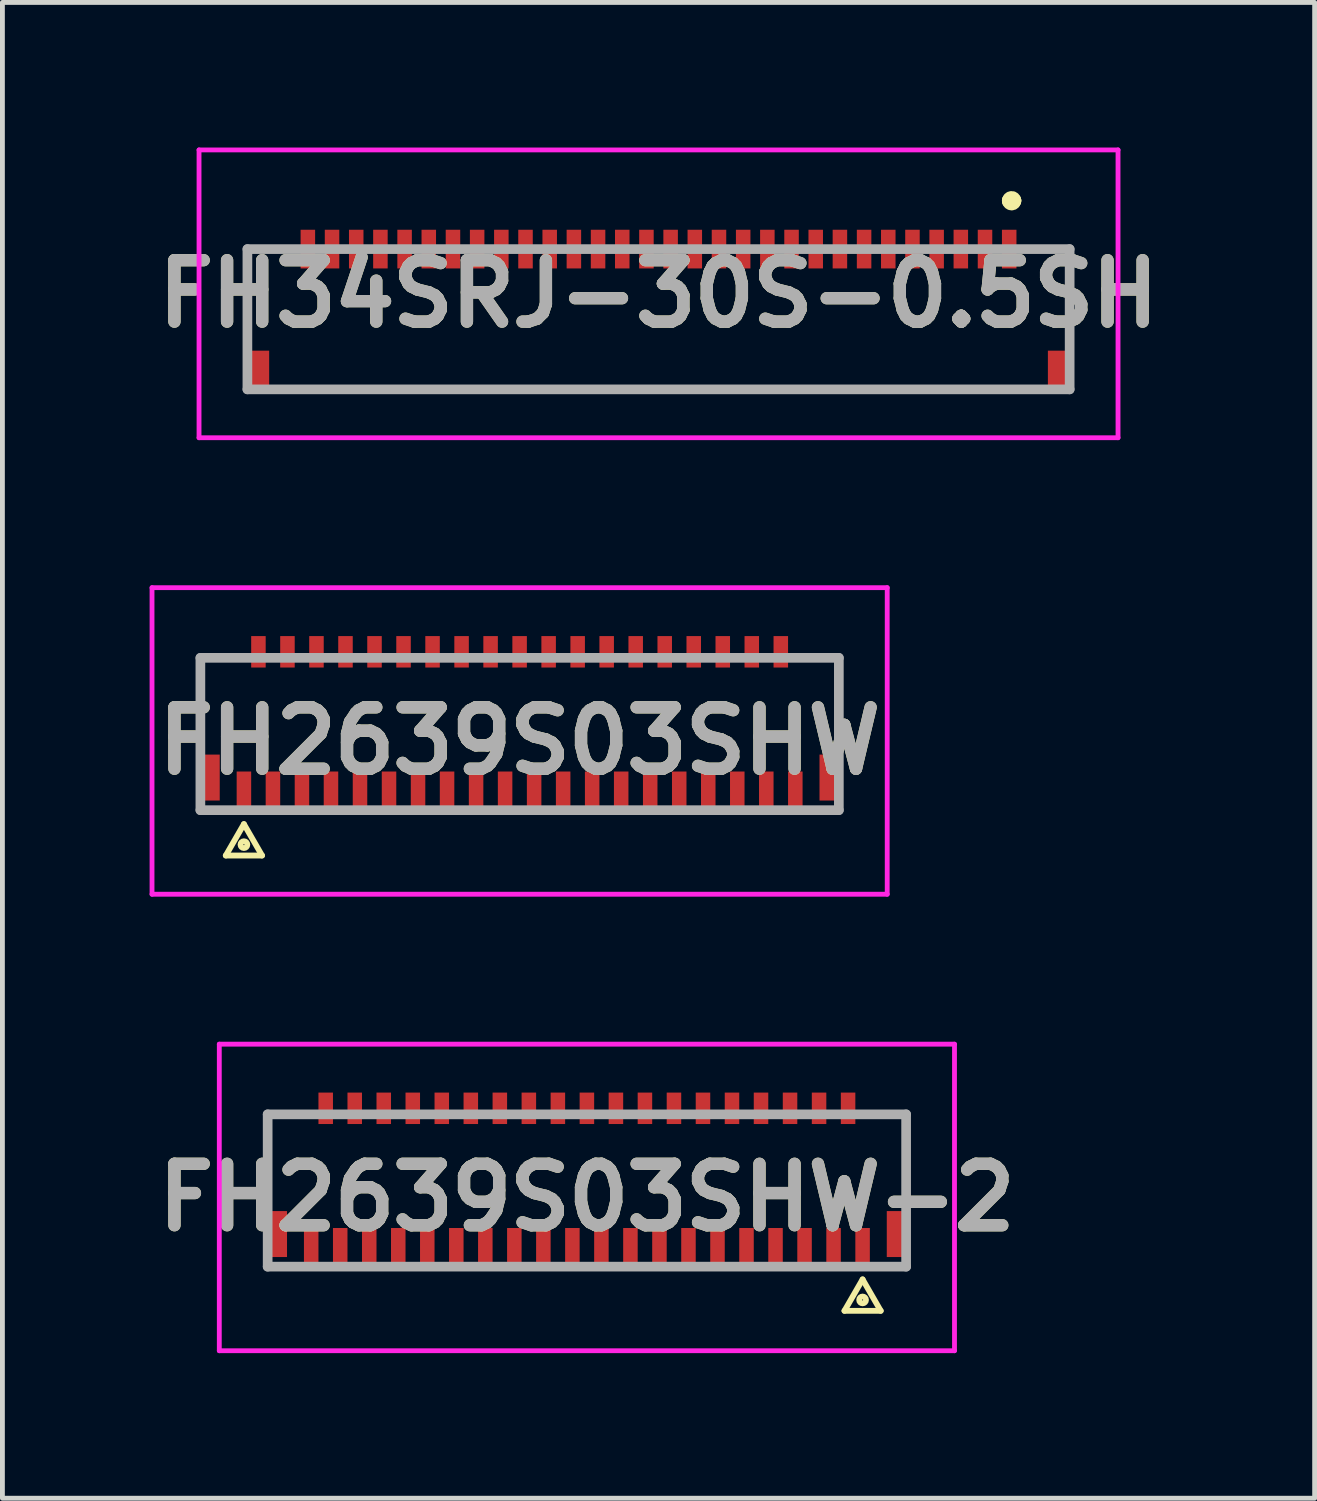
<source format=kicad_pcb>
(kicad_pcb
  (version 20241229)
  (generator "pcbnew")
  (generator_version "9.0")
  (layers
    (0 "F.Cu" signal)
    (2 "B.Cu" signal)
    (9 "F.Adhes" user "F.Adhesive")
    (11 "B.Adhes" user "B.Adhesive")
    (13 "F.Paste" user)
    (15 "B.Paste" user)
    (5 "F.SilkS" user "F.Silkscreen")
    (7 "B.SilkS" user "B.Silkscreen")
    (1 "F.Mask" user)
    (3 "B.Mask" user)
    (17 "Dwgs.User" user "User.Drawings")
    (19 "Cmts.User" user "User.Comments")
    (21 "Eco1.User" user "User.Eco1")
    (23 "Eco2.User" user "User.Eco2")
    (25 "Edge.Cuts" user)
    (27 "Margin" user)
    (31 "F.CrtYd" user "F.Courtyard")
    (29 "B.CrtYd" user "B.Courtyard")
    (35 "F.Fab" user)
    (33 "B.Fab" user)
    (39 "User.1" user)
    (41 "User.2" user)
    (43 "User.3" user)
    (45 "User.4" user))
  (footprint "FH34SRJ-30S-0.5SH"
    (layer "F.Cu")
    (at 10.565 3.025)
    (property "Reference" "FH34SRJ-30S-0.5SH" (at 0 0 0) (layer "F.SilkS") (effects (font (size 1.27 1.27) (thickness 0.254))))
    (attr smd)
    (fp_line (start -7.5 1.975) (end 7.25 1.975) (stroke (width 0.1) (type solid)) (layer "F.SilkS"))
    (fp_line (start 7.25 -1.925) (end 7.25 -1.925) (stroke (width 0.3) (type solid)) (layer "F.SilkS"))
    (fp_line (start 7.35 -1.925) (end 7.35 -1.925) (stroke (width 0.3) (type solid)) (layer "F.SilkS"))
    (fp_arc (start 7.25 -1.925) (mid 7.3 -1.975) (end 7.35 -1.925) (stroke (width 0.3) (type solid)) (layer "F.SilkS"))
    (fp_arc (start 7.35 -1.925) (mid 7.3 -1.875) (end 7.25 -1.925) (stroke (width 0.3) (type solid)) (layer "F.SilkS"))
    (fp_line (start -9.5 -2.975) (end 9.5 -2.975) (stroke (width 0.1) (type solid)) (layer "F.CrtYd"))
    (fp_line (start -9.5 2.975) (end -9.5 -2.975) (stroke (width 0.1) (type solid)) (layer "F.CrtYd"))
    (fp_line (start 9.5 -2.975) (end 9.5 2.975) (stroke (width 0.1) (type solid)) (layer "F.CrtYd"))
    (fp_line (start 9.5 2.975) (end -9.5 2.975) (stroke (width 0.1) (type solid)) (layer "F.CrtYd"))
    (fp_line (start -8.5 -0.925) (end 8.5 -0.925) (stroke (width 0.2) (type solid)) (layer "F.Fab"))
    (fp_line (start -8.5 1.975) (end -8.5 -0.925) (stroke (width 0.2) (type solid)) (layer "F.Fab"))
    (fp_line (start 8.5 -0.925) (end 8.5 1.975) (stroke (width 0.2) (type solid)) (layer "F.Fab"))
    (fp_line (start 8.5 1.975) (end -8.5 1.975) (stroke (width 0.2) (type solid)) (layer "F.Fab"))
    (fp_text user "${REFERENCE}" (at 0 0 0) (layer "F.Fab") (effects (font (size 1.27 1.27) (thickness 0.254))))
    (pad "1" smd rect (at 7.25 -0.925) (size 0.3 0.8) (layers "F.Cu" "F.Mask" "F.Paste"))
    (pad "2" smd rect (at 6.75 -0.925) (size 0.3 0.8) (layers "F.Cu" "F.Mask" "F.Paste"))
    (pad "3" smd rect (at 6.25 -0.925) (size 0.3 0.8) (layers "F.Cu" "F.Mask" "F.Paste"))
    (pad "4" smd rect (at 5.75 -0.925) (size 0.3 0.8) (layers "F.Cu" "F.Mask" "F.Paste"))
    (pad "5" smd rect (at 5.25 -0.925) (size 0.3 0.8) (layers "F.Cu" "F.Mask" "F.Paste"))
    (pad "6" smd rect (at 4.75 -0.925) (size 0.3 0.8) (layers "F.Cu" "F.Mask" "F.Paste"))
    (pad "7" smd rect (at 4.25 -0.925) (size 0.3 0.8) (layers "F.Cu" "F.Mask" "F.Paste"))
    (pad "8" smd rect (at 3.75 -0.925) (size 0.3 0.8) (layers "F.Cu" "F.Mask" "F.Paste"))
    (pad "9" smd rect (at 3.25 -0.925) (size 0.3 0.8) (layers "F.Cu" "F.Mask" "F.Paste"))
    (pad "10" smd rect (at 2.75 -0.925) (size 0.3 0.8) (layers "F.Cu" "F.Mask" "F.Paste"))
    (pad "11" smd rect (at 2.25 -0.925) (size 0.3 0.8) (layers "F.Cu" "F.Mask" "F.Paste"))
    (pad "12" smd rect (at 1.75 -0.925) (size 0.3 0.8) (layers "F.Cu" "F.Mask" "F.Paste"))
    (pad "13" smd rect (at 1.25 -0.925) (size 0.3 0.8) (layers "F.Cu" "F.Mask" "F.Paste"))
    (pad "14" smd rect (at 0.75 -0.925) (size 0.3 0.8) (layers "F.Cu" "F.Mask" "F.Paste"))
    (pad "15" smd rect (at 0.25 -0.925) (size 0.3 0.8) (layers "F.Cu" "F.Mask" "F.Paste"))
    (pad "16" smd rect (at -0.25 -0.925) (size 0.3 0.8) (layers "F.Cu" "F.Mask" "F.Paste"))
    (pad "17" smd rect (at -0.75 -0.925) (size 0.3 0.8) (layers "F.Cu" "F.Mask" "F.Paste"))
    (pad "18" smd rect (at -1.25 -0.925) (size 0.3 0.8) (layers "F.Cu" "F.Mask" "F.Paste"))
    (pad "19" smd rect (at -1.75 -0.925) (size 0.3 0.8) (layers "F.Cu" "F.Mask" "F.Paste"))
    (pad "20" smd rect (at -2.25 -0.925) (size 0.3 0.8) (layers "F.Cu" "F.Mask" "F.Paste"))
    (pad "21" smd rect (at -2.75 -0.925) (size 0.3 0.8) (layers "F.Cu" "F.Mask" "F.Paste"))
    (pad "22" smd rect (at -3.25 -0.925) (size 0.3 0.8) (layers "F.Cu" "F.Mask" "F.Paste"))
    (pad "23" smd rect (at -3.75 -0.925) (size 0.3 0.8) (layers "F.Cu" "F.Mask" "F.Paste"))
    (pad "24" smd rect (at -4.25 -0.925) (size 0.3 0.8) (layers "F.Cu" "F.Mask" "F.Paste"))
    (pad "25" smd rect (at -4.75 -0.925) (size 0.3 0.8) (layers "F.Cu" "F.Mask" "F.Paste"))
    (pad "26" smd rect (at -5.25 -0.925) (size 0.3 0.8) (layers "F.Cu" "F.Mask" "F.Paste"))
    (pad "27" smd rect (at -5.75 -0.925) (size 0.3 0.8) (layers "F.Cu" "F.Mask" "F.Paste"))
    (pad "28" smd rect (at -6.25 -0.925) (size 0.3 0.8) (layers "F.Cu" "F.Mask" "F.Paste"))
    (pad "29" smd rect (at -6.75 -0.925) (size 0.3 0.8) (layers "F.Cu" "F.Mask" "F.Paste"))
    (pad "30" smd rect (at -7.25 -0.925) (size 0.3 0.8) (layers "F.Cu" "F.Mask" "F.Paste"))
    (pad "MP1" smd rect (at -8.25 1.575) (size 0.4 0.8) (layers "F.Cu" "F.Mask" "F.Paste"))
    (pad "MP2" smd rect (at 8.25 1.575) (size 0.4 0.8) (layers "F.Cu" "F.Mask" "F.Paste")))
  (footprint "FH2639S03SHW"
    (layer "F.Cu")
    (at 7.693 12.063)
    (property "Reference" "FH2639S03SHW" (at 0 0.206 0) (layer "F.SilkS") (effects (font (size 1.27 1.27) (thickness 0.254))))
    (attr smd)
    (fp_line (start -6.6 -1.512) (end -6.6 0) (stroke (width 0.1) (type solid)) (layer "F.SilkS"))
    (fp_line (start -6.075 2.575) (end -5.325 2.575) (stroke (width 0.12) (type default)) (layer "F.SilkS"))
    (fp_line (start -5.7 1.925) (end -6.075 2.575) (stroke (width 0.12) (type default)) (layer "F.SilkS"))
    (fp_line (start -5.325 2.575) (end -5.7 1.925) (stroke (width 0.12) (type default)) (layer "F.SilkS"))
    (fp_line (start 6.6 -1.512) (end 6.6 0) (stroke (width 0.1) (type solid)) (layer "F.SilkS"))
    (fp_circle (center -5.7 2.35) (end -5.75 2.4) (stroke (width 0.12) (type default)) (fill no) (layer "F.SilkS"))
    (fp_line (start -7.6 -2.963) (end 7.6 -2.963) (stroke (width 0.1) (type solid)) (layer "F.CrtYd"))
    (fp_line (start -7.6 3.375) (end -7.6 -2.963) (stroke (width 0.1) (type solid)) (layer "F.CrtYd"))
    (fp_line (start 7.6 -2.963) (end 7.6 3.375) (stroke (width 0.1) (type solid)) (layer "F.CrtYd"))
    (fp_line (start 7.6 3.375) (end -7.6 3.375) (stroke (width 0.1) (type solid)) (layer "F.CrtYd"))
    (fp_line (start -6.6 -1.512) (end 6.6 -1.512) (stroke (width 0.2) (type solid)) (layer "F.Fab"))
    (fp_line (start -6.6 1.637) (end -6.6 -1.512) (stroke (width 0.2) (type solid)) (layer "F.Fab"))
    (fp_line (start 6.6 -1.512) (end 6.6 1.637) (stroke (width 0.2) (type solid)) (layer "F.Fab"))
    (fp_line (start 6.6 1.637) (end -6.6 1.637) (stroke (width 0.2) (type solid)) (layer "F.Fab"))
    (fp_text user "${REFERENCE}" (at 0 0.206 0) (layer "F.Fab") (effects (font (size 1.27 1.27) (thickness 0.254))))
    (pad "1" smd rect (at -5.7 1.238) (size 0.3 0.8) (layers "F.Cu" "F.Mask" "F.Paste"))
    (pad "2" smd rect (at -5.4 -1.637) (size 0.3 0.65) (layers "F.Cu" "F.Mask" "F.Paste"))
    (pad "3" smd rect (at -5.1 1.238) (size 0.3 0.8) (layers "F.Cu" "F.Mask" "F.Paste"))
    (pad "4" smd rect (at -4.8 -1.637) (size 0.3 0.65) (layers "F.Cu" "F.Mask" "F.Paste"))
    (pad "5" smd rect (at -4.5 1.238) (size 0.3 0.8) (layers "F.Cu" "F.Mask" "F.Paste"))
    (pad "6" smd rect (at -4.2 -1.637) (size 0.3 0.65) (layers "F.Cu" "F.Mask" "F.Paste"))
    (pad "7" smd rect (at -3.9 1.238) (size 0.3 0.8) (layers "F.Cu" "F.Mask" "F.Paste"))
    (pad "8" smd rect (at -3.6 -1.637) (size 0.3 0.65) (layers "F.Cu" "F.Mask" "F.Paste"))
    (pad "9" smd rect (at -3.3 1.238) (size 0.3 0.8) (layers "F.Cu" "F.Mask" "F.Paste"))
    (pad "10" smd rect (at -3 -1.637) (size 0.3 0.65) (layers "F.Cu" "F.Mask" "F.Paste"))
    (pad "11" smd rect (at -2.7 1.238) (size 0.3 0.8) (layers "F.Cu" "F.Mask" "F.Paste"))
    (pad "12" smd rect (at -2.4 -1.637) (size 0.3 0.65) (layers "F.Cu" "F.Mask" "F.Paste"))
    (pad "13" smd rect (at -2.1 1.238) (size 0.3 0.8) (layers "F.Cu" "F.Mask" "F.Paste"))
    (pad "14" smd rect (at -1.8 -1.637) (size 0.3 0.65) (layers "F.Cu" "F.Mask" "F.Paste"))
    (pad "15" smd rect (at -1.5 1.238) (size 0.3 0.8) (layers "F.Cu" "F.Mask" "F.Paste"))
    (pad "16" smd rect (at -1.2 -1.637) (size 0.3 0.65) (layers "F.Cu" "F.Mask" "F.Paste"))
    (pad "17" smd rect (at -0.9 1.238) (size 0.3 0.8) (layers "F.Cu" "F.Mask" "F.Paste"))
    (pad "18" smd rect (at -0.6 -1.637) (size 0.3 0.65) (layers "F.Cu" "F.Mask" "F.Paste"))
    (pad "19" smd rect (at -0.3 1.238) (size 0.3 0.8) (layers "F.Cu" "F.Mask" "F.Paste"))
    (pad "20" smd rect (at 0 -1.637) (size 0.3 0.65) (layers "F.Cu" "F.Mask" "F.Paste"))
    (pad "21" smd rect (at 0.3 1.238) (size 0.3 0.8) (layers "F.Cu" "F.Mask" "F.Paste"))
    (pad "22" smd rect (at 0.6 -1.637) (size 0.3 0.65) (layers "F.Cu" "F.Mask" "F.Paste"))
    (pad "23" smd rect (at 0.9 1.238) (size 0.3 0.8) (layers "F.Cu" "F.Mask" "F.Paste"))
    (pad "24" smd rect (at 1.2 -1.637) (size 0.3 0.65) (layers "F.Cu" "F.Mask" "F.Paste"))
    (pad "25" smd rect (at 1.5 1.238) (size 0.3 0.8) (layers "F.Cu" "F.Mask" "F.Paste"))
    (pad "26" smd rect (at 1.8 -1.637) (size 0.3 0.65) (layers "F.Cu" "F.Mask" "F.Paste"))
    (pad "27" smd rect (at 2.1 1.238) (size 0.3 0.8) (layers "F.Cu" "F.Mask" "F.Paste"))
    (pad "28" smd rect (at 2.4 -1.637) (size 0.3 0.65) (layers "F.Cu" "F.Mask" "F.Paste"))
    (pad "29" smd rect (at 2.7 1.238) (size 0.3 0.8) (layers "F.Cu" "F.Mask" "F.Paste"))
    (pad "30" smd rect (at 3 -1.637) (size 0.3 0.65) (layers "F.Cu" "F.Mask" "F.Paste"))
    (pad "31" smd rect (at 3.3 1.238) (size 0.3 0.8) (layers "F.Cu" "F.Mask" "F.Paste"))
    (pad "32" smd rect (at 3.6 -1.637) (size 0.3 0.65) (layers "F.Cu" "F.Mask" "F.Paste"))
    (pad "33" smd rect (at 3.9 1.238) (size 0.3 0.8) (layers "F.Cu" "F.Mask" "F.Paste"))
    (pad "34" smd rect (at 4.2 -1.637) (size 0.3 0.65) (layers "F.Cu" "F.Mask" "F.Paste"))
    (pad "35" smd rect (at 4.5 1.238) (size 0.3 0.8) (layers "F.Cu" "F.Mask" "F.Paste"))
    (pad "36" smd rect (at 4.8 -1.637) (size 0.3 0.65) (layers "F.Cu" "F.Mask" "F.Paste"))
    (pad "37" smd rect (at 5.1 1.238) (size 0.3 0.8) (layers "F.Cu" "F.Mask" "F.Paste"))
    (pad "38" smd rect (at 5.4 -1.637) (size 0.3 0.65) (layers "F.Cu" "F.Mask" "F.Paste"))
    (pad "39" smd rect (at 5.7 1.238) (size 0.3 0.8) (layers "F.Cu" "F.Mask" "F.Paste"))
    (pad "MP1" smd rect (at -6.4 0.963) (size 0.4 0.95) (layers "F.Cu" "F.Mask" "F.Paste"))
    (pad "MP2" smd rect (at 6.4 0.963) (size 0.4 0.95) (layers "F.Cu" "F.Mask" "F.Paste")))
  (footprint "FH2639S03SHW-2"
    (layer "F.Cu")
    (at 9.084 21.501)
    (property "Reference" "FH2639S03SHW-2" (at 0 0.206 0) (layer "F.SilkS") (effects (font (size 1.27 1.27) (thickness 0.254))))
    (attr smd)
    (fp_line (start -6.6 -1.512) (end -6.6 0) (stroke (width 0.1) (type solid)) (layer "F.SilkS"))
    (fp_line (start 5.325 2.55) (end 6.075 2.55) (stroke (width 0.12) (type default)) (layer "F.SilkS"))
    (fp_line (start 5.7 1.9) (end 5.325 2.55) (stroke (width 0.12) (type default)) (layer "F.SilkS"))
    (fp_line (start 6.075 2.55) (end 5.7 1.9) (stroke (width 0.12) (type default)) (layer "F.SilkS"))
    (fp_line (start 6.6 -1.512) (end 6.6 0) (stroke (width 0.1) (type solid)) (layer "F.SilkS"))
    (fp_circle (center 5.7 2.325) (end 5.65 2.375) (stroke (width 0.12) (type default)) (fill no) (layer "F.SilkS"))
    (fp_line (start -7.6 -2.963) (end 7.6 -2.963) (stroke (width 0.1) (type solid)) (layer "F.CrtYd"))
    (fp_line (start -7.6 3.375) (end -7.6 -2.963) (stroke (width 0.1) (type solid)) (layer "F.CrtYd"))
    (fp_line (start 7.6 -2.963) (end 7.6 3.375) (stroke (width 0.1) (type solid)) (layer "F.CrtYd"))
    (fp_line (start 7.6 3.375) (end -7.6 3.375) (stroke (width 0.1) (type solid)) (layer "F.CrtYd"))
    (fp_line (start -6.6 -1.512) (end 6.6 -1.512) (stroke (width 0.2) (type solid)) (layer "F.Fab"))
    (fp_line (start -6.6 1.637) (end -6.6 -1.512) (stroke (width 0.2) (type solid)) (layer "F.Fab"))
    (fp_line (start 6.6 -1.512) (end 6.6 1.637) (stroke (width 0.2) (type solid)) (layer "F.Fab"))
    (fp_line (start 6.6 1.637) (end -6.6 1.637) (stroke (width 0.2) (type solid)) (layer "F.Fab"))
    (fp_text user "${REFERENCE}" (at 0 0.206 0) (layer "F.Fab") (effects (font (size 1.27 1.27) (thickness 0.254))))
    (pad "1" smd rect (at 5.7 1.238) (size 0.3 0.8) (layers "F.Cu" "F.Mask" "F.Paste"))
    (pad "2" smd rect (at 5.4 -1.637) (size 0.3 0.65) (layers "F.Cu" "F.Mask" "F.Paste"))
    (pad "3" smd rect (at 5.1 1.238) (size 0.3 0.8) (layers "F.Cu" "F.Mask" "F.Paste"))
    (pad "4" smd rect (at 4.8 -1.637) (size 0.3 0.65) (layers "F.Cu" "F.Mask" "F.Paste"))
    (pad "5" smd rect (at 4.5 1.238) (size 0.3 0.8) (layers "F.Cu" "F.Mask" "F.Paste"))
    (pad "6" smd rect (at 4.2 -1.637) (size 0.3 0.65) (layers "F.Cu" "F.Mask" "F.Paste"))
    (pad "7" smd rect (at 3.9 1.238) (size 0.3 0.8) (layers "F.Cu" "F.Mask" "F.Paste"))
    (pad "8" smd rect (at 3.6 -1.637) (size 0.3 0.65) (layers "F.Cu" "F.Mask" "F.Paste"))
    (pad "9" smd rect (at 3.3 1.238) (size 0.3 0.8) (layers "F.Cu" "F.Mask" "F.Paste"))
    (pad "10" smd rect (at 3 -1.637) (size 0.3 0.65) (layers "F.Cu" "F.Mask" "F.Paste"))
    (pad "11" smd rect (at 2.7 1.238) (size 0.3 0.8) (layers "F.Cu" "F.Mask" "F.Paste"))
    (pad "12" smd rect (at 2.4 -1.637) (size 0.3 0.65) (layers "F.Cu" "F.Mask" "F.Paste"))
    (pad "13" smd rect (at 2.1 1.238) (size 0.3 0.8) (layers "F.Cu" "F.Mask" "F.Paste"))
    (pad "14" smd rect (at 1.8 -1.637) (size 0.3 0.65) (layers "F.Cu" "F.Mask" "F.Paste"))
    (pad "15" smd rect (at 1.5 1.238) (size 0.3 0.8) (layers "F.Cu" "F.Mask" "F.Paste"))
    (pad "16" smd rect (at 1.2 -1.637) (size 0.3 0.65) (layers "F.Cu" "F.Mask" "F.Paste"))
    (pad "17" smd rect (at 0.9 1.238) (size 0.3 0.8) (layers "F.Cu" "F.Mask" "F.Paste"))
    (pad "18" smd rect (at 0.6 -1.637) (size 0.3 0.65) (layers "F.Cu" "F.Mask" "F.Paste"))
    (pad "19" smd rect (at 0.3 1.238) (size 0.3 0.8) (layers "F.Cu" "F.Mask" "F.Paste"))
    (pad "20" smd rect (at 0 -1.637) (size 0.3 0.65) (layers "F.Cu" "F.Mask" "F.Paste"))
    (pad "21" smd rect (at -0.3 1.238) (size 0.3 0.8) (layers "F.Cu" "F.Mask" "F.Paste"))
    (pad "22" smd rect (at -0.6 -1.637) (size 0.3 0.65) (layers "F.Cu" "F.Mask" "F.Paste"))
    (pad "23" smd rect (at -0.9 1.238) (size 0.3 0.8) (layers "F.Cu" "F.Mask" "F.Paste"))
    (pad "24" smd rect (at -1.2 -1.637) (size 0.3 0.65) (layers "F.Cu" "F.Mask" "F.Paste"))
    (pad "25" smd rect (at -1.5 1.238) (size 0.3 0.8) (layers "F.Cu" "F.Mask" "F.Paste"))
    (pad "26" smd rect (at -1.8 -1.637) (size 0.3 0.65) (layers "F.Cu" "F.Mask" "F.Paste"))
    (pad "27" smd rect (at -2.1 1.238) (size 0.3 0.8) (layers "F.Cu" "F.Mask" "F.Paste"))
    (pad "28" smd rect (at -2.4 -1.637) (size 0.3 0.65) (layers "F.Cu" "F.Mask" "F.Paste"))
    (pad "29" smd rect (at -2.7 1.238) (size 0.3 0.8) (layers "F.Cu" "F.Mask" "F.Paste"))
    (pad "30" smd rect (at -3 -1.637) (size 0.3 0.65) (layers "F.Cu" "F.Mask" "F.Paste"))
    (pad "31" smd rect (at -3.3 1.238) (size 0.3 0.8) (layers "F.Cu" "F.Mask" "F.Paste"))
    (pad "32" smd rect (at -3.6 -1.637) (size 0.3 0.65) (layers "F.Cu" "F.Mask" "F.Paste"))
    (pad "33" smd rect (at -3.9 1.238) (size 0.3 0.8) (layers "F.Cu" "F.Mask" "F.Paste"))
    (pad "34" smd rect (at -4.2 -1.637) (size 0.3 0.65) (layers "F.Cu" "F.Mask" "F.Paste"))
    (pad "35" smd rect (at -4.5 1.238) (size 0.3 0.8) (layers "F.Cu" "F.Mask" "F.Paste"))
    (pad "36" smd rect (at -4.8 -1.637) (size 0.3 0.65) (layers "F.Cu" "F.Mask" "F.Paste"))
    (pad "37" smd rect (at -5.1 1.238) (size 0.3 0.8) (layers "F.Cu" "F.Mask" "F.Paste"))
    (pad "38" smd rect (at -5.4 -1.637) (size 0.3 0.65) (layers "F.Cu" "F.Mask" "F.Paste"))
    (pad "39" smd rect (at -5.7 1.238) (size 0.3 0.8) (layers "F.Cu" "F.Mask" "F.Paste"))
    (pad "MP1" smd rect (at -6.4 0.963) (size 0.4 0.95) (layers "F.Cu" "F.Mask" "F.Paste"))
    (pad "MP2" smd rect (at 6.4 0.963) (size 0.4 0.95) (layers "F.Cu" "F.Mask" "F.Paste")))
  (gr_rect
    (start -3 -3)
    (end 24.13 27.926)
    (stroke (width 0.1) (type default))
    (fill no)
    (layer "Edge.Cuts")))
</source>
